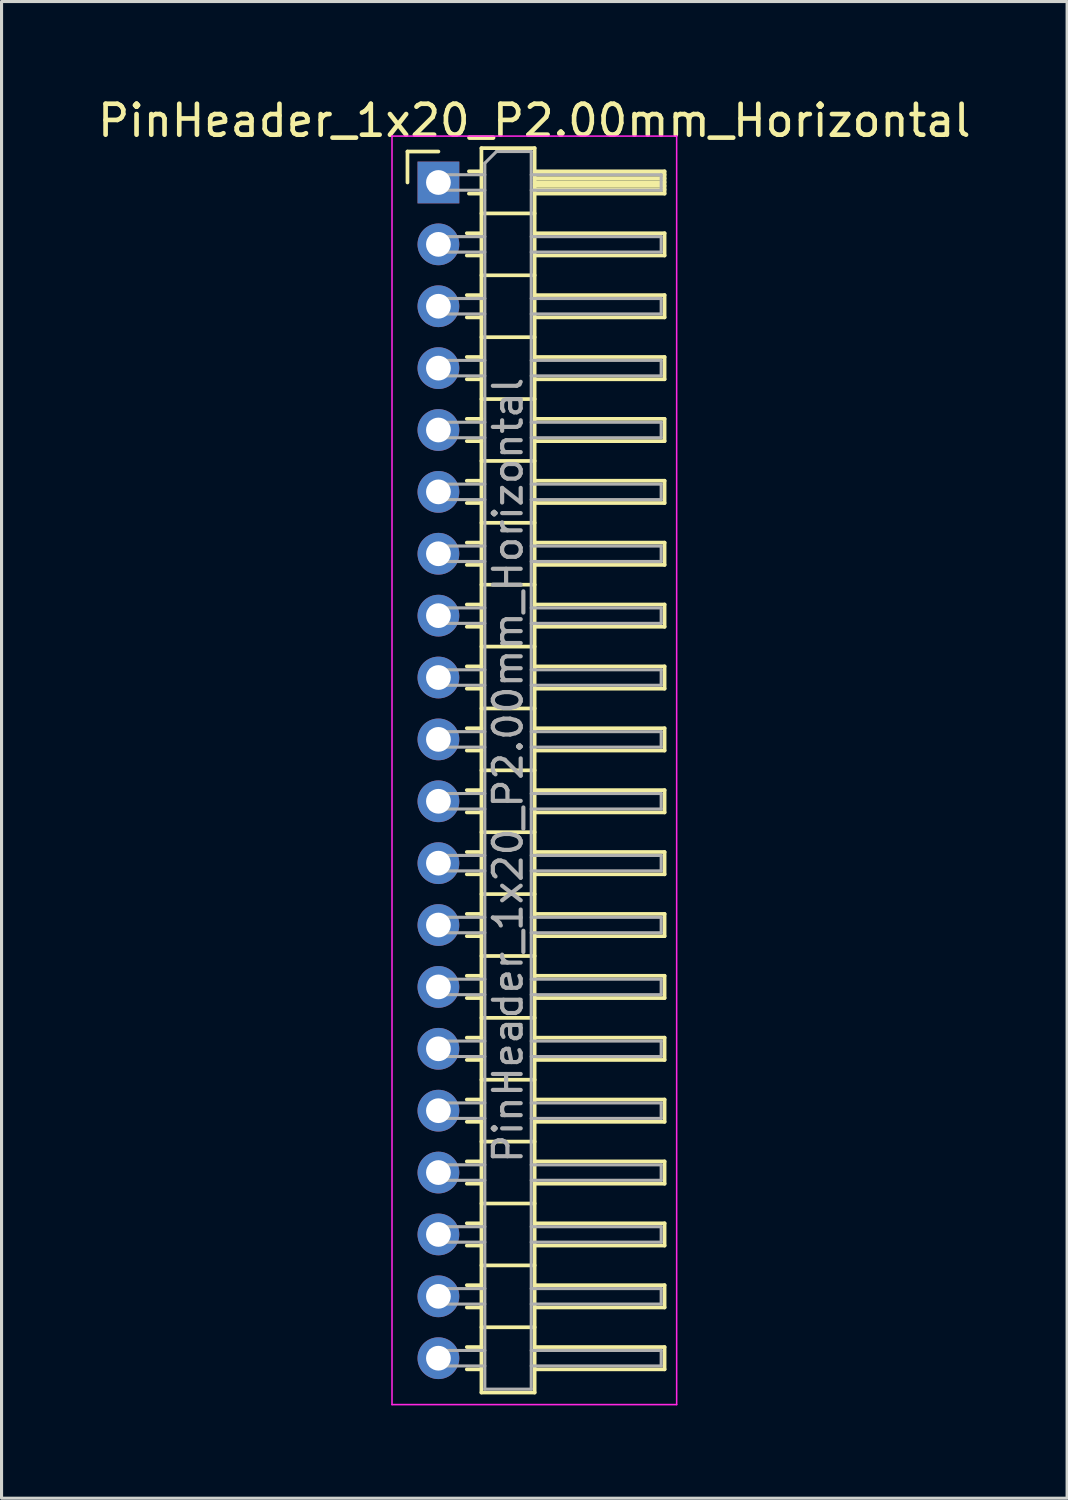
<source format=kicad_pcb>
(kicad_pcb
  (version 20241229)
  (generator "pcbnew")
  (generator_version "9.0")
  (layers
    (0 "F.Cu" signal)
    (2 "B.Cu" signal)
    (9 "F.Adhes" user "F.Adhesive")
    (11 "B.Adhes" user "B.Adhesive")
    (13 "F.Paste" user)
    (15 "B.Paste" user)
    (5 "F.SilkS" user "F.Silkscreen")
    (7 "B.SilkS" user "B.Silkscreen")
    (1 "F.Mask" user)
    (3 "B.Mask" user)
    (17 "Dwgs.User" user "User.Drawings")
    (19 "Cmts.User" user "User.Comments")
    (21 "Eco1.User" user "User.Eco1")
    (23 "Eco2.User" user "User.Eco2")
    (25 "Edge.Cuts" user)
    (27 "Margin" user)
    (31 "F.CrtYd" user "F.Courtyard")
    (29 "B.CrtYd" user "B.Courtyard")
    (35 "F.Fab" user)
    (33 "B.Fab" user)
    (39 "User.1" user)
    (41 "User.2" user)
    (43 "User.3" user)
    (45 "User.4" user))
  (footprint "PinHeader_1x20_P2.00mm_Horizontal"
    (layer "F.Cu")
    (at 11.12 2.848)
    (property "Reference" "PinHeader_1x20_P2.00mm_Horizontal" (at 3.1 -2 0) (layer "F.SilkS") (effects (font (size 1 1) (thickness 0.15))))
    (attr through_hole)
    (fp_line (start -1 -1) (end 0 -1) (stroke (width 0.12) (type solid)) (layer "F.SilkS"))
    (fp_line (start -1 0) (end -1 -1) (stroke (width 0.12) (type solid)) (layer "F.SilkS"))
    (fp_line (start 0.917 1.64) (end 1.39 1.64) (stroke (width 0.12) (type solid)) (layer "F.SilkS"))
    (fp_line (start 0.917 2.36) (end 1.39 2.36) (stroke (width 0.12) (type solid)) (layer "F.SilkS"))
    (fp_line (start 0.917 3.64) (end 1.39 3.64) (stroke (width 0.12) (type solid)) (layer "F.SilkS"))
    (fp_line (start 0.917 4.36) (end 1.39 4.36) (stroke (width 0.12) (type solid)) (layer "F.SilkS"))
    (fp_line (start 0.917 5.64) (end 1.39 5.64) (stroke (width 0.12) (type solid)) (layer "F.SilkS"))
    (fp_line (start 0.917 6.36) (end 1.39 6.36) (stroke (width 0.12) (type solid)) (layer "F.SilkS"))
    (fp_line (start 0.917 7.64) (end 1.39 7.64) (stroke (width 0.12) (type solid)) (layer "F.SilkS"))
    (fp_line (start 0.917 8.36) (end 1.39 8.36) (stroke (width 0.12) (type solid)) (layer "F.SilkS"))
    (fp_line (start 0.917 9.64) (end 1.39 9.64) (stroke (width 0.12) (type solid)) (layer "F.SilkS"))
    (fp_line (start 0.917 10.36) (end 1.39 10.36) (stroke (width 0.12) (type solid)) (layer "F.SilkS"))
    (fp_line (start 0.917 11.64) (end 1.39 11.64) (stroke (width 0.12) (type solid)) (layer "F.SilkS"))
    (fp_line (start 0.917 12.36) (end 1.39 12.36) (stroke (width 0.12) (type solid)) (layer "F.SilkS"))
    (fp_line (start 0.917 13.64) (end 1.39 13.64) (stroke (width 0.12) (type solid)) (layer "F.SilkS"))
    (fp_line (start 0.917 14.36) (end 1.39 14.36) (stroke (width 0.12) (type solid)) (layer "F.SilkS"))
    (fp_line (start 0.917 15.64) (end 1.39 15.64) (stroke (width 0.12) (type solid)) (layer "F.SilkS"))
    (fp_line (start 0.917 16.36) (end 1.39 16.36) (stroke (width 0.12) (type solid)) (layer "F.SilkS"))
    (fp_line (start 0.917 17.64) (end 1.39 17.64) (stroke (width 0.12) (type solid)) (layer "F.SilkS"))
    (fp_line (start 0.917 18.36) (end 1.39 18.36) (stroke (width 0.12) (type solid)) (layer "F.SilkS"))
    (fp_line (start 0.917 19.64) (end 1.39 19.64) (stroke (width 0.12) (type solid)) (layer "F.SilkS"))
    (fp_line (start 0.917 20.36) (end 1.39 20.36) (stroke (width 0.12) (type solid)) (layer "F.SilkS"))
    (fp_line (start 0.917 21.64) (end 1.39 21.64) (stroke (width 0.12) (type solid)) (layer "F.SilkS"))
    (fp_line (start 0.917 22.36) (end 1.39 22.36) (stroke (width 0.12) (type solid)) (layer "F.SilkS"))
    (fp_line (start 0.917 23.64) (end 1.39 23.64) (stroke (width 0.12) (type solid)) (layer "F.SilkS"))
    (fp_line (start 0.917 24.36) (end 1.39 24.36) (stroke (width 0.12) (type solid)) (layer "F.SilkS"))
    (fp_line (start 0.917 25.64) (end 1.39 25.64) (stroke (width 0.12) (type solid)) (layer "F.SilkS"))
    (fp_line (start 0.917 26.36) (end 1.39 26.36) (stroke (width 0.12) (type solid)) (layer "F.SilkS"))
    (fp_line (start 0.917 27.64) (end 1.39 27.64) (stroke (width 0.12) (type solid)) (layer "F.SilkS"))
    (fp_line (start 0.917 28.36) (end 1.39 28.36) (stroke (width 0.12) (type solid)) (layer "F.SilkS"))
    (fp_line (start 0.917 29.64) (end 1.39 29.64) (stroke (width 0.12) (type solid)) (layer "F.SilkS"))
    (fp_line (start 0.917 30.36) (end 1.39 30.36) (stroke (width 0.12) (type solid)) (layer "F.SilkS"))
    (fp_line (start 0.917 31.64) (end 1.39 31.64) (stroke (width 0.12) (type solid)) (layer "F.SilkS"))
    (fp_line (start 0.917 32.36) (end 1.39 32.36) (stroke (width 0.12) (type solid)) (layer "F.SilkS"))
    (fp_line (start 0.917 33.64) (end 1.39 33.64) (stroke (width 0.12) (type solid)) (layer "F.SilkS"))
    (fp_line (start 0.917 34.36) (end 1.39 34.36) (stroke (width 0.12) (type solid)) (layer "F.SilkS"))
    (fp_line (start 0.917 35.64) (end 1.39 35.64) (stroke (width 0.12) (type solid)) (layer "F.SilkS"))
    (fp_line (start 0.917 36.36) (end 1.39 36.36) (stroke (width 0.12) (type solid)) (layer "F.SilkS"))
    (fp_line (start 0.917 37.64) (end 1.39 37.64) (stroke (width 0.12) (type solid)) (layer "F.SilkS"))
    (fp_line (start 0.917 38.36) (end 1.39 38.36) (stroke (width 0.12) (type solid)) (layer "F.SilkS"))
    (fp_line (start 0.985 -0.36) (end 1.39 -0.36) (stroke (width 0.12) (type solid)) (layer "F.SilkS"))
    (fp_line (start 0.985 0.36) (end 1.39 0.36) (stroke (width 0.12) (type solid)) (layer "F.SilkS"))
    (fp_line (start 1.39 -1.11) (end 1.39 39.11) (stroke (width 0.12) (type solid)) (layer "F.SilkS"))
    (fp_line (start 1.39 1) (end 3.11 1) (stroke (width 0.12) (type solid)) (layer "F.SilkS"))
    (fp_line (start 1.39 3) (end 3.11 3) (stroke (width 0.12) (type solid)) (layer "F.SilkS"))
    (fp_line (start 1.39 5) (end 3.11 5) (stroke (width 0.12) (type solid)) (layer "F.SilkS"))
    (fp_line (start 1.39 7) (end 3.11 7) (stroke (width 0.12) (type solid)) (layer "F.SilkS"))
    (fp_line (start 1.39 9) (end 3.11 9) (stroke (width 0.12) (type solid)) (layer "F.SilkS"))
    (fp_line (start 1.39 11) (end 3.11 11) (stroke (width 0.12) (type solid)) (layer "F.SilkS"))
    (fp_line (start 1.39 13) (end 3.11 13) (stroke (width 0.12) (type solid)) (layer "F.SilkS"))
    (fp_line (start 1.39 15) (end 3.11 15) (stroke (width 0.12) (type solid)) (layer "F.SilkS"))
    (fp_line (start 1.39 17) (end 3.11 17) (stroke (width 0.12) (type solid)) (layer "F.SilkS"))
    (fp_line (start 1.39 19) (end 3.11 19) (stroke (width 0.12) (type solid)) (layer "F.SilkS"))
    (fp_line (start 1.39 21) (end 3.11 21) (stroke (width 0.12) (type solid)) (layer "F.SilkS"))
    (fp_line (start 1.39 23) (end 3.11 23) (stroke (width 0.12) (type solid)) (layer "F.SilkS"))
    (fp_line (start 1.39 25) (end 3.11 25) (stroke (width 0.12) (type solid)) (layer "F.SilkS"))
    (fp_line (start 1.39 27) (end 3.11 27) (stroke (width 0.12) (type solid)) (layer "F.SilkS"))
    (fp_line (start 1.39 29) (end 3.11 29) (stroke (width 0.12) (type solid)) (layer "F.SilkS"))
    (fp_line (start 1.39 31) (end 3.11 31) (stroke (width 0.12) (type solid)) (layer "F.SilkS"))
    (fp_line (start 1.39 33) (end 3.11 33) (stroke (width 0.12) (type solid)) (layer "F.SilkS"))
    (fp_line (start 1.39 35) (end 3.11 35) (stroke (width 0.12) (type solid)) (layer "F.SilkS"))
    (fp_line (start 1.39 37) (end 3.11 37) (stroke (width 0.12) (type solid)) (layer "F.SilkS"))
    (fp_line (start 1.39 39.11) (end 3.11 39.11) (stroke (width 0.12) (type solid)) (layer "F.SilkS"))
    (fp_line (start 3.11 -1.11) (end 1.39 -1.11) (stroke (width 0.12) (type solid)) (layer "F.SilkS"))
    (fp_line (start 3.11 -0.36) (end 7.31 -0.36) (stroke (width 0.12) (type solid)) (layer "F.SilkS"))
    (fp_line (start 3.11 -0.25) (end 7.31 -0.25) (stroke (width 0.12) (type solid)) (layer "F.SilkS"))
    (fp_line (start 3.11 -0.13) (end 7.31 -0.13) (stroke (width 0.12) (type solid)) (layer "F.SilkS"))
    (fp_line (start 3.11 -0.01) (end 7.31 -0.01) (stroke (width 0.12) (type solid)) (layer "F.SilkS"))
    (fp_line (start 3.11 0.11) (end 7.31 0.11) (stroke (width 0.12) (type solid)) (layer "F.SilkS"))
    (fp_line (start 3.11 0.23) (end 7.31 0.23) (stroke (width 0.12) (type solid)) (layer "F.SilkS"))
    (fp_line (start 3.11 1.64) (end 7.31 1.64) (stroke (width 0.12) (type solid)) (layer "F.SilkS"))
    (fp_line (start 3.11 3.64) (end 7.31 3.64) (stroke (width 0.12) (type solid)) (layer "F.SilkS"))
    (fp_line (start 3.11 5.64) (end 7.31 5.64) (stroke (width 0.12) (type solid)) (layer "F.SilkS"))
    (fp_line (start 3.11 7.64) (end 7.31 7.64) (stroke (width 0.12) (type solid)) (layer "F.SilkS"))
    (fp_line (start 3.11 9.64) (end 7.31 9.64) (stroke (width 0.12) (type solid)) (layer "F.SilkS"))
    (fp_line (start 3.11 11.64) (end 7.31 11.64) (stroke (width 0.12) (type solid)) (layer "F.SilkS"))
    (fp_line (start 3.11 13.64) (end 7.31 13.64) (stroke (width 0.12) (type solid)) (layer "F.SilkS"))
    (fp_line (start 3.11 15.64) (end 7.31 15.64) (stroke (width 0.12) (type solid)) (layer "F.SilkS"))
    (fp_line (start 3.11 17.64) (end 7.31 17.64) (stroke (width 0.12) (type solid)) (layer "F.SilkS"))
    (fp_line (start 3.11 19.64) (end 7.31 19.64) (stroke (width 0.12) (type solid)) (layer "F.SilkS"))
    (fp_line (start 3.11 21.64) (end 7.31 21.64) (stroke (width 0.12) (type solid)) (layer "F.SilkS"))
    (fp_line (start 3.11 23.64) (end 7.31 23.64) (stroke (width 0.12) (type solid)) (layer "F.SilkS"))
    (fp_line (start 3.11 25.64) (end 7.31 25.64) (stroke (width 0.12) (type solid)) (layer "F.SilkS"))
    (fp_line (start 3.11 27.64) (end 7.31 27.64) (stroke (width 0.12) (type solid)) (layer "F.SilkS"))
    (fp_line (start 3.11 29.64) (end 7.31 29.64) (stroke (width 0.12) (type solid)) (layer "F.SilkS"))
    (fp_line (start 3.11 31.64) (end 7.31 31.64) (stroke (width 0.12) (type solid)) (layer "F.SilkS"))
    (fp_line (start 3.11 33.64) (end 7.31 33.64) (stroke (width 0.12) (type solid)) (layer "F.SilkS"))
    (fp_line (start 3.11 35.64) (end 7.31 35.64) (stroke (width 0.12) (type solid)) (layer "F.SilkS"))
    (fp_line (start 3.11 37.64) (end 7.31 37.64) (stroke (width 0.12) (type solid)) (layer "F.SilkS"))
    (fp_line (start 3.11 39.11) (end 3.11 -1.11) (stroke (width 0.12) (type solid)) (layer "F.SilkS"))
    (fp_line (start 7.31 -0.36) (end 7.31 0.36) (stroke (width 0.12) (type solid)) (layer "F.SilkS"))
    (fp_line (start 7.31 0.36) (end 3.11 0.36) (stroke (width 0.12) (type solid)) (layer "F.SilkS"))
    (fp_line (start 7.31 1.64) (end 7.31 2.36) (stroke (width 0.12) (type solid)) (layer "F.SilkS"))
    (fp_line (start 7.31 2.36) (end 3.11 2.36) (stroke (width 0.12) (type solid)) (layer "F.SilkS"))
    (fp_line (start 7.31 3.64) (end 7.31 4.36) (stroke (width 0.12) (type solid)) (layer "F.SilkS"))
    (fp_line (start 7.31 4.36) (end 3.11 4.36) (stroke (width 0.12) (type solid)) (layer "F.SilkS"))
    (fp_line (start 7.31 5.64) (end 7.31 6.36) (stroke (width 0.12) (type solid)) (layer "F.SilkS"))
    (fp_line (start 7.31 6.36) (end 3.11 6.36) (stroke (width 0.12) (type solid)) (layer "F.SilkS"))
    (fp_line (start 7.31 7.64) (end 7.31 8.36) (stroke (width 0.12) (type solid)) (layer "F.SilkS"))
    (fp_line (start 7.31 8.36) (end 3.11 8.36) (stroke (width 0.12) (type solid)) (layer "F.SilkS"))
    (fp_line (start 7.31 9.64) (end 7.31 10.36) (stroke (width 0.12) (type solid)) (layer "F.SilkS"))
    (fp_line (start 7.31 10.36) (end 3.11 10.36) (stroke (width 0.12) (type solid)) (layer "F.SilkS"))
    (fp_line (start 7.31 11.64) (end 7.31 12.36) (stroke (width 0.12) (type solid)) (layer "F.SilkS"))
    (fp_line (start 7.31 12.36) (end 3.11 12.36) (stroke (width 0.12) (type solid)) (layer "F.SilkS"))
    (fp_line (start 7.31 13.64) (end 7.31 14.36) (stroke (width 0.12) (type solid)) (layer "F.SilkS"))
    (fp_line (start 7.31 14.36) (end 3.11 14.36) (stroke (width 0.12) (type solid)) (layer "F.SilkS"))
    (fp_line (start 7.31 15.64) (end 7.31 16.36) (stroke (width 0.12) (type solid)) (layer "F.SilkS"))
    (fp_line (start 7.31 16.36) (end 3.11 16.36) (stroke (width 0.12) (type solid)) (layer "F.SilkS"))
    (fp_line (start 7.31 17.64) (end 7.31 18.36) (stroke (width 0.12) (type solid)) (layer "F.SilkS"))
    (fp_line (start 7.31 18.36) (end 3.11 18.36) (stroke (width 0.12) (type solid)) (layer "F.SilkS"))
    (fp_line (start 7.31 19.64) (end 7.31 20.36) (stroke (width 0.12) (type solid)) (layer "F.SilkS"))
    (fp_line (start 7.31 20.36) (end 3.11 20.36) (stroke (width 0.12) (type solid)) (layer "F.SilkS"))
    (fp_line (start 7.31 21.64) (end 7.31 22.36) (stroke (width 0.12) (type solid)) (layer "F.SilkS"))
    (fp_line (start 7.31 22.36) (end 3.11 22.36) (stroke (width 0.12) (type solid)) (layer "F.SilkS"))
    (fp_line (start 7.31 23.64) (end 7.31 24.36) (stroke (width 0.12) (type solid)) (layer "F.SilkS"))
    (fp_line (start 7.31 24.36) (end 3.11 24.36) (stroke (width 0.12) (type solid)) (layer "F.SilkS"))
    (fp_line (start 7.31 25.64) (end 7.31 26.36) (stroke (width 0.12) (type solid)) (layer "F.SilkS"))
    (fp_line (start 7.31 26.36) (end 3.11 26.36) (stroke (width 0.12) (type solid)) (layer "F.SilkS"))
    (fp_line (start 7.31 27.64) (end 7.31 28.36) (stroke (width 0.12) (type solid)) (layer "F.SilkS"))
    (fp_line (start 7.31 28.36) (end 3.11 28.36) (stroke (width 0.12) (type solid)) (layer "F.SilkS"))
    (fp_line (start 7.31 29.64) (end 7.31 30.36) (stroke (width 0.12) (type solid)) (layer "F.SilkS"))
    (fp_line (start 7.31 30.36) (end 3.11 30.36) (stroke (width 0.12) (type solid)) (layer "F.SilkS"))
    (fp_line (start 7.31 31.64) (end 7.31 32.36) (stroke (width 0.12) (type solid)) (layer "F.SilkS"))
    (fp_line (start 7.31 32.36) (end 3.11 32.36) (stroke (width 0.12) (type solid)) (layer "F.SilkS"))
    (fp_line (start 7.31 33.64) (end 7.31 34.36) (stroke (width 0.12) (type solid)) (layer "F.SilkS"))
    (fp_line (start 7.31 34.36) (end 3.11 34.36) (stroke (width 0.12) (type solid)) (layer "F.SilkS"))
    (fp_line (start 7.31 35.64) (end 7.31 36.36) (stroke (width 0.12) (type solid)) (layer "F.SilkS"))
    (fp_line (start 7.31 36.36) (end 3.11 36.36) (stroke (width 0.12) (type solid)) (layer "F.SilkS"))
    (fp_line (start 7.31 37.64) (end 7.31 38.36) (stroke (width 0.12) (type solid)) (layer "F.SilkS"))
    (fp_line (start 7.31 38.36) (end 3.11 38.36) (stroke (width 0.12) (type solid)) (layer "F.SilkS"))
    (fp_line (start -1.5 -1.5) (end -1.5 39.5) (stroke (width 0.05) (type solid)) (layer "F.CrtYd"))
    (fp_line (start -1.5 39.5) (end 7.7 39.5) (stroke (width 0.05) (type solid)) (layer "F.CrtYd"))
    (fp_line (start 7.7 -1.5) (end -1.5 -1.5) (stroke (width 0.05) (type solid)) (layer "F.CrtYd"))
    (fp_line (start 7.7 39.5) (end 7.7 -1.5) (stroke (width 0.05) (type solid)) (layer "F.CrtYd"))
    (fp_line (start -0.25 -0.25) (end -0.25 0.25) (stroke (width 0.1) (type solid)) (layer "F.Fab"))
    (fp_line (start -0.25 -0.25) (end 1.5 -0.25) (stroke (width 0.1) (type solid)) (layer "F.Fab"))
    (fp_line (start -0.25 0.25) (end 1.5 0.25) (stroke (width 0.1) (type solid)) (layer "F.Fab"))
    (fp_line (start -0.25 1.75) (end -0.25 2.25) (stroke (width 0.1) (type solid)) (layer "F.Fab"))
    (fp_line (start -0.25 1.75) (end 1.5 1.75) (stroke (width 0.1) (type solid)) (layer "F.Fab"))
    (fp_line (start -0.25 2.25) (end 1.5 2.25) (stroke (width 0.1) (type solid)) (layer "F.Fab"))
    (fp_line (start -0.25 3.75) (end -0.25 4.25) (stroke (width 0.1) (type solid)) (layer "F.Fab"))
    (fp_line (start -0.25 3.75) (end 1.5 3.75) (stroke (width 0.1) (type solid)) (layer "F.Fab"))
    (fp_line (start -0.25 4.25) (end 1.5 4.25) (stroke (width 0.1) (type solid)) (layer "F.Fab"))
    (fp_line (start -0.25 5.75) (end -0.25 6.25) (stroke (width 0.1) (type solid)) (layer "F.Fab"))
    (fp_line (start -0.25 5.75) (end 1.5 5.75) (stroke (width 0.1) (type solid)) (layer "F.Fab"))
    (fp_line (start -0.25 6.25) (end 1.5 6.25) (stroke (width 0.1) (type solid)) (layer "F.Fab"))
    (fp_line (start -0.25 7.75) (end -0.25 8.25) (stroke (width 0.1) (type solid)) (layer "F.Fab"))
    (fp_line (start -0.25 7.75) (end 1.5 7.75) (stroke (width 0.1) (type solid)) (layer "F.Fab"))
    (fp_line (start -0.25 8.25) (end 1.5 8.25) (stroke (width 0.1) (type solid)) (layer "F.Fab"))
    (fp_line (start -0.25 9.75) (end -0.25 10.25) (stroke (width 0.1) (type solid)) (layer "F.Fab"))
    (fp_line (start -0.25 9.75) (end 1.5 9.75) (stroke (width 0.1) (type solid)) (layer "F.Fab"))
    (fp_line (start -0.25 10.25) (end 1.5 10.25) (stroke (width 0.1) (type solid)) (layer "F.Fab"))
    (fp_line (start -0.25 11.75) (end -0.25 12.25) (stroke (width 0.1) (type solid)) (layer "F.Fab"))
    (fp_line (start -0.25 11.75) (end 1.5 11.75) (stroke (width 0.1) (type solid)) (layer "F.Fab"))
    (fp_line (start -0.25 12.25) (end 1.5 12.25) (stroke (width 0.1) (type solid)) (layer "F.Fab"))
    (fp_line (start -0.25 13.75) (end -0.25 14.25) (stroke (width 0.1) (type solid)) (layer "F.Fab"))
    (fp_line (start -0.25 13.75) (end 1.5 13.75) (stroke (width 0.1) (type solid)) (layer "F.Fab"))
    (fp_line (start -0.25 14.25) (end 1.5 14.25) (stroke (width 0.1) (type solid)) (layer "F.Fab"))
    (fp_line (start -0.25 15.75) (end -0.25 16.25) (stroke (width 0.1) (type solid)) (layer "F.Fab"))
    (fp_line (start -0.25 15.75) (end 1.5 15.75) (stroke (width 0.1) (type solid)) (layer "F.Fab"))
    (fp_line (start -0.25 16.25) (end 1.5 16.25) (stroke (width 0.1) (type solid)) (layer "F.Fab"))
    (fp_line (start -0.25 17.75) (end -0.25 18.25) (stroke (width 0.1) (type solid)) (layer "F.Fab"))
    (fp_line (start -0.25 17.75) (end 1.5 17.75) (stroke (width 0.1) (type solid)) (layer "F.Fab"))
    (fp_line (start -0.25 18.25) (end 1.5 18.25) (stroke (width 0.1) (type solid)) (layer "F.Fab"))
    (fp_line (start -0.25 19.75) (end -0.25 20.25) (stroke (width 0.1) (type solid)) (layer "F.Fab"))
    (fp_line (start -0.25 19.75) (end 1.5 19.75) (stroke (width 0.1) (type solid)) (layer "F.Fab"))
    (fp_line (start -0.25 20.25) (end 1.5 20.25) (stroke (width 0.1) (type solid)) (layer "F.Fab"))
    (fp_line (start -0.25 21.75) (end -0.25 22.25) (stroke (width 0.1) (type solid)) (layer "F.Fab"))
    (fp_line (start -0.25 21.75) (end 1.5 21.75) (stroke (width 0.1) (type solid)) (layer "F.Fab"))
    (fp_line (start -0.25 22.25) (end 1.5 22.25) (stroke (width 0.1) (type solid)) (layer "F.Fab"))
    (fp_line (start -0.25 23.75) (end -0.25 24.25) (stroke (width 0.1) (type solid)) (layer "F.Fab"))
    (fp_line (start -0.25 23.75) (end 1.5 23.75) (stroke (width 0.1) (type solid)) (layer "F.Fab"))
    (fp_line (start -0.25 24.25) (end 1.5 24.25) (stroke (width 0.1) (type solid)) (layer "F.Fab"))
    (fp_line (start -0.25 25.75) (end -0.25 26.25) (stroke (width 0.1) (type solid)) (layer "F.Fab"))
    (fp_line (start -0.25 25.75) (end 1.5 25.75) (stroke (width 0.1) (type solid)) (layer "F.Fab"))
    (fp_line (start -0.25 26.25) (end 1.5 26.25) (stroke (width 0.1) (type solid)) (layer "F.Fab"))
    (fp_line (start -0.25 27.75) (end -0.25 28.25) (stroke (width 0.1) (type solid)) (layer "F.Fab"))
    (fp_line (start -0.25 27.75) (end 1.5 27.75) (stroke (width 0.1) (type solid)) (layer "F.Fab"))
    (fp_line (start -0.25 28.25) (end 1.5 28.25) (stroke (width 0.1) (type solid)) (layer "F.Fab"))
    (fp_line (start -0.25 29.75) (end -0.25 30.25) (stroke (width 0.1) (type solid)) (layer "F.Fab"))
    (fp_line (start -0.25 29.75) (end 1.5 29.75) (stroke (width 0.1) (type solid)) (layer "F.Fab"))
    (fp_line (start -0.25 30.25) (end 1.5 30.25) (stroke (width 0.1) (type solid)) (layer "F.Fab"))
    (fp_line (start -0.25 31.75) (end -0.25 32.25) (stroke (width 0.1) (type solid)) (layer "F.Fab"))
    (fp_line (start -0.25 31.75) (end 1.5 31.75) (stroke (width 0.1) (type solid)) (layer "F.Fab"))
    (fp_line (start -0.25 32.25) (end 1.5 32.25) (stroke (width 0.1) (type solid)) (layer "F.Fab"))
    (fp_line (start -0.25 33.75) (end -0.25 34.25) (stroke (width 0.1) (type solid)) (layer "F.Fab"))
    (fp_line (start -0.25 33.75) (end 1.5 33.75) (stroke (width 0.1) (type solid)) (layer "F.Fab"))
    (fp_line (start -0.25 34.25) (end 1.5 34.25) (stroke (width 0.1) (type solid)) (layer "F.Fab"))
    (fp_line (start -0.25 35.75) (end -0.25 36.25) (stroke (width 0.1) (type solid)) (layer "F.Fab"))
    (fp_line (start -0.25 35.75) (end 1.5 35.75) (stroke (width 0.1) (type solid)) (layer "F.Fab"))
    (fp_line (start -0.25 36.25) (end 1.5 36.25) (stroke (width 0.1) (type solid)) (layer "F.Fab"))
    (fp_line (start -0.25 37.75) (end -0.25 38.25) (stroke (width 0.1) (type solid)) (layer "F.Fab"))
    (fp_line (start -0.25 37.75) (end 1.5 37.75) (stroke (width 0.1) (type solid)) (layer "F.Fab"))
    (fp_line (start -0.25 38.25) (end 1.5 38.25) (stroke (width 0.1) (type solid)) (layer "F.Fab"))
    (fp_line (start 1.5 -0.625) (end 1.875 -1) (stroke (width 0.1) (type solid)) (layer "F.Fab"))
    (fp_line (start 1.5 39) (end 1.5 -0.625) (stroke (width 0.1) (type solid)) (layer "F.Fab"))
    (fp_line (start 1.875 -1) (end 3 -1) (stroke (width 0.1) (type solid)) (layer "F.Fab"))
    (fp_line (start 3 -1) (end 3 39) (stroke (width 0.1) (type solid)) (layer "F.Fab"))
    (fp_line (start 3 -0.25) (end 7.2 -0.25) (stroke (width 0.1) (type solid)) (layer "F.Fab"))
    (fp_line (start 3 0.25) (end 7.2 0.25) (stroke (width 0.1) (type solid)) (layer "F.Fab"))
    (fp_line (start 3 1.75) (end 7.2 1.75) (stroke (width 0.1) (type solid)) (layer "F.Fab"))
    (fp_line (start 3 2.25) (end 7.2 2.25) (stroke (width 0.1) (type solid)) (layer "F.Fab"))
    (fp_line (start 3 3.75) (end 7.2 3.75) (stroke (width 0.1) (type solid)) (layer "F.Fab"))
    (fp_line (start 3 4.25) (end 7.2 4.25) (stroke (width 0.1) (type solid)) (layer "F.Fab"))
    (fp_line (start 3 5.75) (end 7.2 5.75) (stroke (width 0.1) (type solid)) (layer "F.Fab"))
    (fp_line (start 3 6.25) (end 7.2 6.25) (stroke (width 0.1) (type solid)) (layer "F.Fab"))
    (fp_line (start 3 7.75) (end 7.2 7.75) (stroke (width 0.1) (type solid)) (layer "F.Fab"))
    (fp_line (start 3 8.25) (end 7.2 8.25) (stroke (width 0.1) (type solid)) (layer "F.Fab"))
    (fp_line (start 3 9.75) (end 7.2 9.75) (stroke (width 0.1) (type solid)) (layer "F.Fab"))
    (fp_line (start 3 10.25) (end 7.2 10.25) (stroke (width 0.1) (type solid)) (layer "F.Fab"))
    (fp_line (start 3 11.75) (end 7.2 11.75) (stroke (width 0.1) (type solid)) (layer "F.Fab"))
    (fp_line (start 3 12.25) (end 7.2 12.25) (stroke (width 0.1) (type solid)) (layer "F.Fab"))
    (fp_line (start 3 13.75) (end 7.2 13.75) (stroke (width 0.1) (type solid)) (layer "F.Fab"))
    (fp_line (start 3 14.25) (end 7.2 14.25) (stroke (width 0.1) (type solid)) (layer "F.Fab"))
    (fp_line (start 3 15.75) (end 7.2 15.75) (stroke (width 0.1) (type solid)) (layer "F.Fab"))
    (fp_line (start 3 16.25) (end 7.2 16.25) (stroke (width 0.1) (type solid)) (layer "F.Fab"))
    (fp_line (start 3 17.75) (end 7.2 17.75) (stroke (width 0.1) (type solid)) (layer "F.Fab"))
    (fp_line (start 3 18.25) (end 7.2 18.25) (stroke (width 0.1) (type solid)) (layer "F.Fab"))
    (fp_line (start 3 19.75) (end 7.2 19.75) (stroke (width 0.1) (type solid)) (layer "F.Fab"))
    (fp_line (start 3 20.25) (end 7.2 20.25) (stroke (width 0.1) (type solid)) (layer "F.Fab"))
    (fp_line (start 3 21.75) (end 7.2 21.75) (stroke (width 0.1) (type solid)) (layer "F.Fab"))
    (fp_line (start 3 22.25) (end 7.2 22.25) (stroke (width 0.1) (type solid)) (layer "F.Fab"))
    (fp_line (start 3 23.75) (end 7.2 23.75) (stroke (width 0.1) (type solid)) (layer "F.Fab"))
    (fp_line (start 3 24.25) (end 7.2 24.25) (stroke (width 0.1) (type solid)) (layer "F.Fab"))
    (fp_line (start 3 25.75) (end 7.2 25.75) (stroke (width 0.1) (type solid)) (layer "F.Fab"))
    (fp_line (start 3 26.25) (end 7.2 26.25) (stroke (width 0.1) (type solid)) (layer "F.Fab"))
    (fp_line (start 3 27.75) (end 7.2 27.75) (stroke (width 0.1) (type solid)) (layer "F.Fab"))
    (fp_line (start 3 28.25) (end 7.2 28.25) (stroke (width 0.1) (type solid)) (layer "F.Fab"))
    (fp_line (start 3 29.75) (end 7.2 29.75) (stroke (width 0.1) (type solid)) (layer "F.Fab"))
    (fp_line (start 3 30.25) (end 7.2 30.25) (stroke (width 0.1) (type solid)) (layer "F.Fab"))
    (fp_line (start 3 31.75) (end 7.2 31.75) (stroke (width 0.1) (type solid)) (layer "F.Fab"))
    (fp_line (start 3 32.25) (end 7.2 32.25) (stroke (width 0.1) (type solid)) (layer "F.Fab"))
    (fp_line (start 3 33.75) (end 7.2 33.75) (stroke (width 0.1) (type solid)) (layer "F.Fab"))
    (fp_line (start 3 34.25) (end 7.2 34.25) (stroke (width 0.1) (type solid)) (layer "F.Fab"))
    (fp_line (start 3 35.75) (end 7.2 35.75) (stroke (width 0.1) (type solid)) (layer "F.Fab"))
    (fp_line (start 3 36.25) (end 7.2 36.25) (stroke (width 0.1) (type solid)) (layer "F.Fab"))
    (fp_line (start 3 37.75) (end 7.2 37.75) (stroke (width 0.1) (type solid)) (layer "F.Fab"))
    (fp_line (start 3 38.25) (end 7.2 38.25) (stroke (width 0.1) (type solid)) (layer "F.Fab"))
    (fp_line (start 3 39) (end 1.5 39) (stroke (width 0.1) (type solid)) (layer "F.Fab"))
    (fp_line (start 7.2 -0.25) (end 7.2 0.25) (stroke (width 0.1) (type solid)) (layer "F.Fab"))
    (fp_line (start 7.2 1.75) (end 7.2 2.25) (stroke (width 0.1) (type solid)) (layer "F.Fab"))
    (fp_line (start 7.2 3.75) (end 7.2 4.25) (stroke (width 0.1) (type solid)) (layer "F.Fab"))
    (fp_line (start 7.2 5.75) (end 7.2 6.25) (stroke (width 0.1) (type solid)) (layer "F.Fab"))
    (fp_line (start 7.2 7.75) (end 7.2 8.25) (stroke (width 0.1) (type solid)) (layer "F.Fab"))
    (fp_line (start 7.2 9.75) (end 7.2 10.25) (stroke (width 0.1) (type solid)) (layer "F.Fab"))
    (fp_line (start 7.2 11.75) (end 7.2 12.25) (stroke (width 0.1) (type solid)) (layer "F.Fab"))
    (fp_line (start 7.2 13.75) (end 7.2 14.25) (stroke (width 0.1) (type solid)) (layer "F.Fab"))
    (fp_line (start 7.2 15.75) (end 7.2 16.25) (stroke (width 0.1) (type solid)) (layer "F.Fab"))
    (fp_line (start 7.2 17.75) (end 7.2 18.25) (stroke (width 0.1) (type solid)) (layer "F.Fab"))
    (fp_line (start 7.2 19.75) (end 7.2 20.25) (stroke (width 0.1) (type solid)) (layer "F.Fab"))
    (fp_line (start 7.2 21.75) (end 7.2 22.25) (stroke (width 0.1) (type solid)) (layer "F.Fab"))
    (fp_line (start 7.2 23.75) (end 7.2 24.25) (stroke (width 0.1) (type solid)) (layer "F.Fab"))
    (fp_line (start 7.2 25.75) (end 7.2 26.25) (stroke (width 0.1) (type solid)) (layer "F.Fab"))
    (fp_line (start 7.2 27.75) (end 7.2 28.25) (stroke (width 0.1) (type solid)) (layer "F.Fab"))
    (fp_line (start 7.2 29.75) (end 7.2 30.25) (stroke (width 0.1) (type solid)) (layer "F.Fab"))
    (fp_line (start 7.2 31.75) (end 7.2 32.25) (stroke (width 0.1) (type solid)) (layer "F.Fab"))
    (fp_line (start 7.2 33.75) (end 7.2 34.25) (stroke (width 0.1) (type solid)) (layer "F.Fab"))
    (fp_line (start 7.2 35.75) (end 7.2 36.25) (stroke (width 0.1) (type solid)) (layer "F.Fab"))
    (fp_line (start 7.2 37.75) (end 7.2 38.25) (stroke (width 0.1) (type solid)) (layer "F.Fab"))
    (fp_text user "${REFERENCE}" (at 2.25 19 90) (layer "F.Fab") (effects (font (size 0.9 0.9) (thickness 0.135))))
    (pad "1" thru_hole rect (at 0 0) (size 1.35 1.35) (drill 0.8) (layers "*.Cu" "*.Mask"))
    (pad "2" thru_hole circle (at 0 2) (size 1.35 1.35) (drill 0.8) (layers "*.Cu" "*.Mask"))
    (pad "3" thru_hole circle (at 0 4) (size 1.35 1.35) (drill 0.8) (layers "*.Cu" "*.Mask"))
    (pad "4" thru_hole circle (at 0 6) (size 1.35 1.35) (drill 0.8) (layers "*.Cu" "*.Mask"))
    (pad "5" thru_hole circle (at 0 8) (size 1.35 1.35) (drill 0.8) (layers "*.Cu" "*.Mask"))
    (pad "6" thru_hole circle (at 0 10) (size 1.35 1.35) (drill 0.8) (layers "*.Cu" "*.Mask"))
    (pad "7" thru_hole circle (at 0 12) (size 1.35 1.35) (drill 0.8) (layers "*.Cu" "*.Mask"))
    (pad "8" thru_hole circle (at 0 14) (size 1.35 1.35) (drill 0.8) (layers "*.Cu" "*.Mask"))
    (pad "9" thru_hole circle (at 0 16) (size 1.35 1.35) (drill 0.8) (layers "*.Cu" "*.Mask"))
    (pad "10" thru_hole circle (at 0 18) (size 1.35 1.35) (drill 0.8) (layers "*.Cu" "*.Mask"))
    (pad "11" thru_hole circle (at 0 20) (size 1.35 1.35) (drill 0.8) (layers "*.Cu" "*.Mask"))
    (pad "12" thru_hole circle (at 0 22) (size 1.35 1.35) (drill 0.8) (layers "*.Cu" "*.Mask"))
    (pad "13" thru_hole circle (at 0 24) (size 1.35 1.35) (drill 0.8) (layers "*.Cu" "*.Mask"))
    (pad "14" thru_hole circle (at 0 26) (size 1.35 1.35) (drill 0.8) (layers "*.Cu" "*.Mask"))
    (pad "15" thru_hole circle (at 0 28) (size 1.35 1.35) (drill 0.8) (layers "*.Cu" "*.Mask"))
    (pad "16" thru_hole circle (at 0 30) (size 1.35 1.35) (drill 0.8) (layers "*.Cu" "*.Mask"))
    (pad "17" thru_hole circle (at 0 32) (size 1.35 1.35) (drill 0.8) (layers "*.Cu" "*.Mask"))
    (pad "18" thru_hole circle (at 0 34) (size 1.35 1.35) (drill 0.8) (layers "*.Cu" "*.Mask"))
    (pad "19" thru_hole circle (at 0 36) (size 1.35 1.35) (drill 0.8) (layers "*.Cu" "*.Mask"))
    (pad "20" thru_hole circle (at 0 38) (size 1.35 1.35) (drill 0.8) (layers "*.Cu" "*.Mask")))
  (gr_rect
    (start -3 -3)
    (end 31.44 45.373)
    (stroke (width 0.1) (type default))
    (fill no)
    (layer "Edge.Cuts")))
</source>
